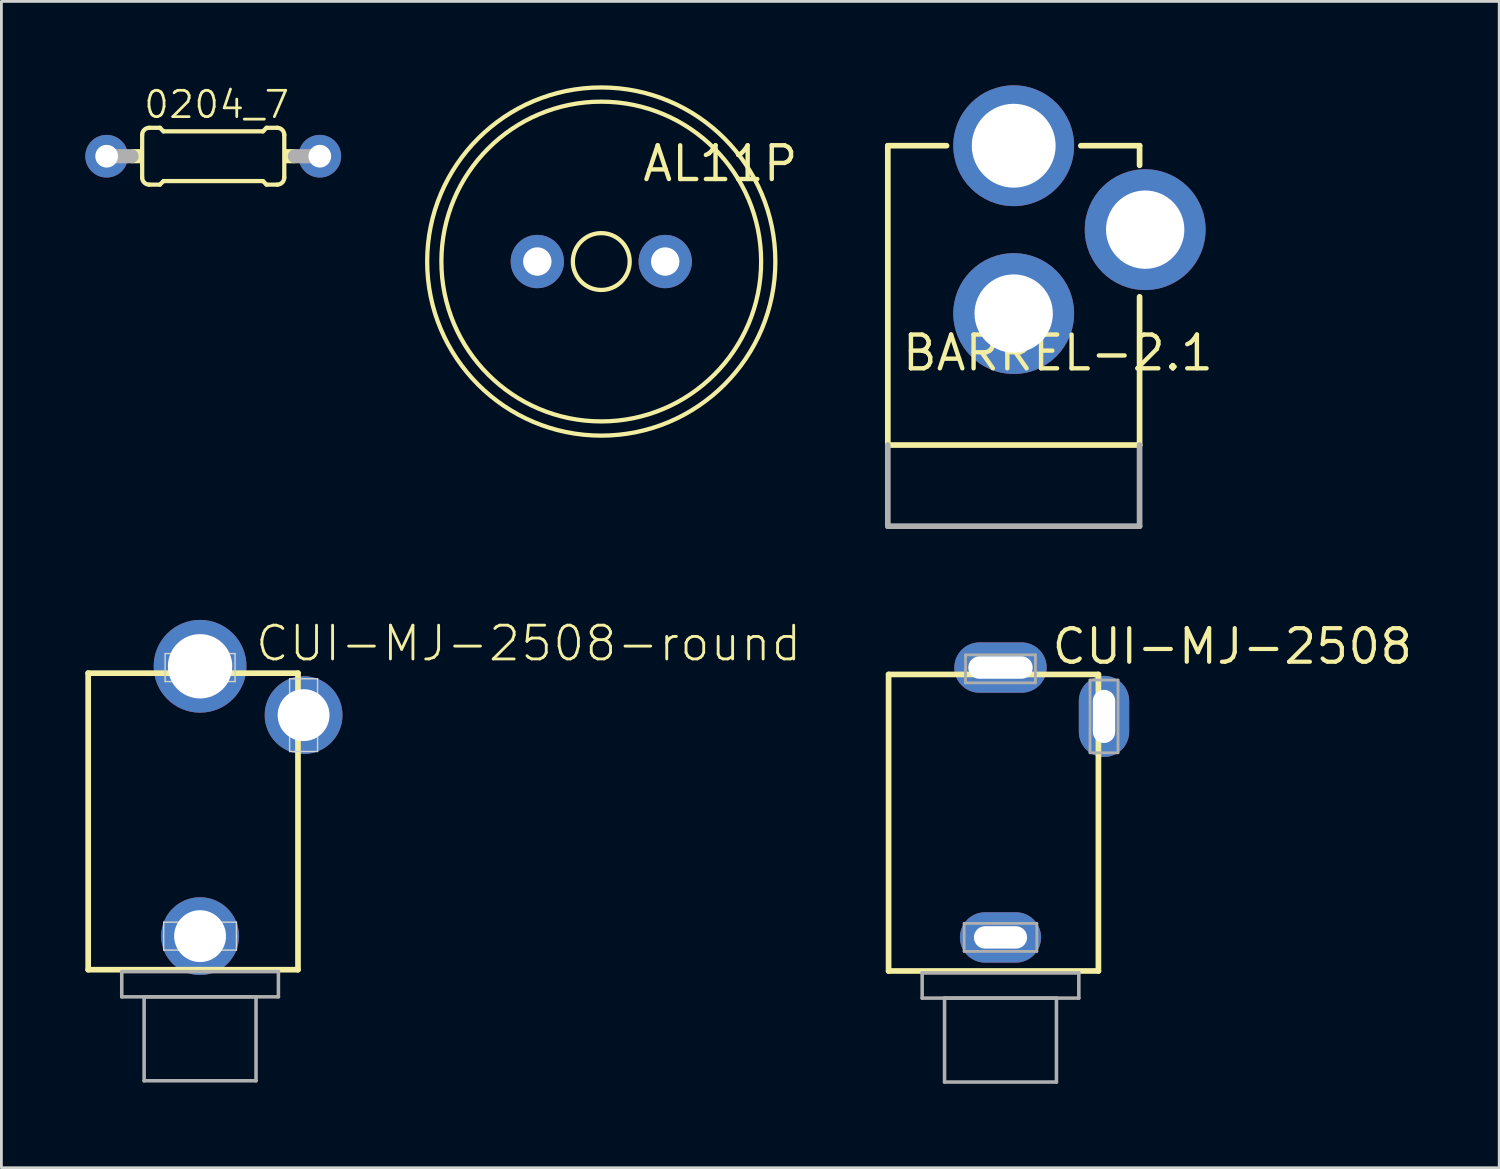
<source format=kicad_pcb>
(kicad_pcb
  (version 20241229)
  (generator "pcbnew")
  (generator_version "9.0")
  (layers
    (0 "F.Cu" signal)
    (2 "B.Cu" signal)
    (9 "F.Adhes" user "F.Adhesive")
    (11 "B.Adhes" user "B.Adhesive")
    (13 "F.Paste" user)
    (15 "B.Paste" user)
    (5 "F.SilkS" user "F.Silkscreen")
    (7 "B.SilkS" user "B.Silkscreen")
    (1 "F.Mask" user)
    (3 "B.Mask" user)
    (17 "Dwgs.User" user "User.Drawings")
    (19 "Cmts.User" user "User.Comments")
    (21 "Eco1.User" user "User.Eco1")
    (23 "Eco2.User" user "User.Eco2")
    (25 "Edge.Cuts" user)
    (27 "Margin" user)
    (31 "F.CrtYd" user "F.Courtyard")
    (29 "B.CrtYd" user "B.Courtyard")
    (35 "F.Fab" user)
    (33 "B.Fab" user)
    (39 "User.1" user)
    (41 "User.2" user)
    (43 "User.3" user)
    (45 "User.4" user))
  (footprint "BARREL-2.1"
    (layer "F.Cu")
    (at 33.186 15.859)
    (property "Reference" "BARREL-2.1" (at -4.064 -5.588 0) (layer "F.SilkS") (effects (font (size 1.206 1.206) (thickness 0.157)) (justify left bottom)))
    (attr through_hole)
    (fp_line (start -4.5 -13.7) (end -2.4 -13.7) (stroke (width 0.203) (type solid)) (layer "F.SilkS"))
    (fp_line (start -4.5 -3) (end -4.5 -13.7) (stroke (width 0.203) (type solid)) (layer "F.SilkS"))
    (fp_line (start -4.5 -3) (end 4.5 -3) (stroke (width 0.203) (type solid)) (layer "F.SilkS"))
    (fp_line (start 4.5 -13.7) (end 2.4 -13.7) (stroke (width 0.203) (type solid)) (layer "F.SilkS"))
    (fp_line (start 4.5 -13.7) (end 4.5 -13) (stroke (width 0.203) (type solid)) (layer "F.SilkS"))
    (fp_line (start 4.5 -3) (end 4.5 -8.3) (stroke (width 0.203) (type solid)) (layer "F.SilkS"))
    (fp_line (start -4.5 -3) (end -4.5 -0.1) (stroke (width 0.203) (type solid)) (layer "F.Fab"))
    (fp_line (start 4.5 -0.1) (end -4.5 -0.1) (stroke (width 0.203) (type solid)) (layer "F.Fab"))
    (fp_line (start 4.5 -0.1) (end 4.5 -3) (stroke (width 0.203) (type solid)) (layer "F.Fab"))
    (pad "GND" thru_hole circle (at 0 -7.7) (size 4.318 4.318) (drill 2.8) (layers "*.Cu" "*.Mask"))
    (pad "GNDBREAK" thru_hole circle (at 4.7 -10.7 90) (size 4.318 4.318) (drill 2.8) (layers "*.Cu" "*.Mask"))
    (pad "PWR" thru_hole circle (at 0 -13.7) (size 4.318 4.318) (drill 2.997) (layers "*.Cu" "*.Mask")))
  (footprint "0204_7"
    (layer "F.Cu")
    (at 4.572 2.534)
    (property "Reference" "0204_7" (at -2.54 -1.295 0) (layer "F.SilkS") (effects (font (size 0.941 0.941) (thickness 0.099)) (justify left bottom)))
    (attr through_hole)
    (fp_line (start -2.54 0.762) (end -2.54 -0.762) (stroke (width 0.152) (type solid)) (layer "F.SilkS"))
    (fp_line (start -2.286 -1.016) (end -1.905 -1.016) (stroke (width 0.152) (type solid)) (layer "F.SilkS"))
    (fp_line (start -2.286 1.016) (end -1.905 1.016) (stroke (width 0.152) (type solid)) (layer "F.SilkS"))
    (fp_line (start -1.778 -0.889) (end -1.905 -1.016) (stroke (width 0.152) (type solid)) (layer "F.SilkS"))
    (fp_line (start -1.778 0.889) (end -1.905 1.016) (stroke (width 0.152) (type solid)) (layer "F.SilkS"))
    (fp_line (start 1.778 -0.889) (end -1.778 -0.889) (stroke (width 0.152) (type solid)) (layer "F.SilkS"))
    (fp_line (start 1.778 -0.889) (end 1.905 -1.016) (stroke (width 0.152) (type solid)) (layer "F.SilkS"))
    (fp_line (start 1.778 0.889) (end -1.778 0.889) (stroke (width 0.152) (type solid)) (layer "F.SilkS"))
    (fp_line (start 1.778 0.889) (end 1.905 1.016) (stroke (width 0.152) (type solid)) (layer "F.SilkS"))
    (fp_line (start 2.286 -1.016) (end 1.905 -1.016) (stroke (width 0.152) (type solid)) (layer "F.SilkS"))
    (fp_line (start 2.286 1.016) (end 1.905 1.016) (stroke (width 0.152) (type solid)) (layer "F.SilkS"))
    (fp_line (start 2.54 0.762) (end 2.54 -0.762) (stroke (width 0.152) (type solid)) (layer "F.SilkS"))
    (fp_arc (start -2.54 -0.762) (mid -2.465605 -0.941605) (end -2.286 -1.016) (stroke (width 0.1524) (type solid)) (layer "F.SilkS"))
    (fp_arc (start -2.286 1.016) (mid -2.465605 0.941605) (end -2.54 0.762) (stroke (width 0.1524) (type solid)) (layer "F.SilkS"))
    (fp_arc (start 2.286 -1.016) (mid 2.465605 -0.941605) (end 2.54 -0.762) (stroke (width 0.1524) (type solid)) (layer "F.SilkS"))
    (fp_arc (start 2.54 0.762) (mid 2.465605 0.941605) (end 2.286 1.016) (stroke (width 0.1524) (type solid)) (layer "F.SilkS"))
    (fp_poly (pts (xy -2.921 0.254) (xy -2.54 0.254) (xy -2.54 -0.254) (xy -2.921 -0.254)) (stroke (width 0) (type solid)) (fill yes) (layer "F.SilkS"))
    (fp_poly (pts (xy 2.54 0.254) (xy 2.921 0.254) (xy 2.921 -0.254) (xy 2.54 -0.254)) (stroke (width 0) (type solid)) (fill yes) (layer "F.SilkS"))
    (fp_line (start -3.81 0) (end -2.921 0) (stroke (width 0.508) (type solid)) (layer "F.Fab"))
    (fp_line (start 3.81 0) (end 2.921 0) (stroke (width 0.508) (type solid)) (layer "F.Fab"))
    (pad "1" thru_hole circle (at -3.81 0) (size 1.524 1.524) (drill 0.813) (layers "*.Cu" "*.Mask"))
    (pad "2" thru_hole circle (at 3.81 0) (size 1.524 1.524) (drill 0.813) (layers "*.Cu" "*.Mask")))
  (footprint "CUI-MJ-2508"
    (layer "F.Cu")
    (at 32.714 26.029)
    (property "Reference" "CUI-MJ-2508" (at 1.76 -5.27 0) (layer "F.SilkS") (effects (font (size 1.2 1.2) (thickness 0.15)) (justify left bottom)))
    (attr through_hole)
    (fp_line (start -4 -4.97) (end -4 5.63) (stroke (width 0.203) (type solid)) (layer "F.SilkS"))
    (fp_line (start -4 5.63) (end 3.5 5.63) (stroke (width 0.203) (type solid)) (layer "F.SilkS"))
    (fp_line (start 3.5 -4.97) (end -4 -4.97) (stroke (width 0.203) (type solid)) (layer "F.SilkS"))
    (fp_line (start 3.5 5.63) (end 3.5 -4.97) (stroke (width 0.203) (type solid)) (layer "F.SilkS"))
    (fp_line (start -2.8 5.7) (end -2.8 6.6) (stroke (width 0.127) (type solid)) (layer "F.Fab"))
    (fp_line (start -2.8 6.6) (end 2.8 6.6) (stroke (width 0.127) (type solid)) (layer "F.Fab"))
    (fp_line (start -2 6.6) (end 2 6.6) (stroke (width 0.127) (type solid)) (layer "F.Fab"))
    (fp_line (start -2 9.6) (end -2 6.6) (stroke (width 0.127) (type solid)) (layer "F.Fab"))
    (fp_line (start -1.3 3.93) (end 1.3 3.93) (stroke (width 0.1) (type solid)) (layer "F.Fab"))
    (fp_line (start -1.3 4.93) (end -1.3 3.93) (stroke (width 0.1) (type solid)) (layer "F.Fab"))
    (fp_line (start -1.25 -5.67) (end 1.25 -5.67) (stroke (width 0.1) (type solid)) (layer "F.Fab"))
    (fp_line (start -1.25 -4.67) (end -1.25 -5.67) (stroke (width 0.1) (type solid)) (layer "F.Fab"))
    (fp_line (start 1.25 -5.67) (end 1.25 -4.67) (stroke (width 0.1) (type solid)) (layer "F.Fab"))
    (fp_line (start 1.25 -4.67) (end -1.25 -4.67) (stroke (width 0.1) (type solid)) (layer "F.Fab"))
    (fp_line (start 1.3 3.93) (end 1.3 4.93) (stroke (width 0.1) (type solid)) (layer "F.Fab"))
    (fp_line (start 1.3 4.93) (end -1.3 4.93) (stroke (width 0.1) (type solid)) (layer "F.Fab"))
    (fp_line (start 2 6.6) (end 2 9.6) (stroke (width 0.127) (type solid)) (layer "F.Fab"))
    (fp_line (start 2 9.6) (end -2 9.6) (stroke (width 0.127) (type solid)) (layer "F.Fab"))
    (fp_line (start 2.8 5.7) (end -2.8 5.7) (stroke (width 0.127) (type solid)) (layer "F.Fab"))
    (fp_line (start 2.8 6.6) (end 2.8 5.7) (stroke (width 0.127) (type solid)) (layer "F.Fab"))
    (fp_line (start 3.2 -4.77) (end 4.2 -4.77) (stroke (width 0.1) (type solid)) (layer "F.Fab"))
    (fp_line (start 3.2 -2.17) (end 3.2 -4.77) (stroke (width 0.1) (type solid)) (layer "F.Fab"))
    (fp_line (start 4.2 -4.77) (end 4.2 -2.17) (stroke (width 0.1) (type solid)) (layer "F.Fab"))
    (fp_line (start 4.2 -2.17) (end 3.2 -2.17) (stroke (width 0.1) (type solid)) (layer "F.Fab"))
    (pad "1" thru_hole oval (at 0 4.43) (size 2.9 1.8) (drill oval 1.9 0.8) (layers "*.Cu" "*.Mask"))
    (pad "2" thru_hole oval (at 0 -5.216 180) (size 3.3 1.8) (drill oval 2.3 0.8) (layers "*.Cu" "*.Mask"))
    (pad "3" thru_hole oval (at 3.7 -3.47 90) (size 2.9 1.8) (drill oval 1.9 0.8) (layers "*.Cu" "*.Mask")))
  (footprint "CUI-MJ-2508-round"
    (layer "F.Cu")
    (at 4.102 25.983)
    (property "Reference" "CUI-MJ-2508-round" (at 1.913 -5.326 0) (layer "F.SilkS") (effects (font (size 1.206 1.206) (thickness 0.102)) (justify left bottom)))
    (attr through_hole)
    (fp_line (start -4 -4.97) (end -4 5.63) (stroke (width 0.203) (type solid)) (layer "F.SilkS"))
    (fp_line (start -4 5.63) (end 3.5 5.63) (stroke (width 0.203) (type solid)) (layer "F.SilkS"))
    (fp_line (start 3.5 -4.97) (end -4 -4.97) (stroke (width 0.203) (type solid)) (layer "F.SilkS"))
    (fp_line (start 3.5 5.63) (end 3.5 -4.97) (stroke (width 0.203) (type solid)) (layer "F.SilkS"))
    (fp_line (start -1.3 3.93) (end 1.3 3.93) (stroke (width 0.05) (type solid)) (layer "Edge.Cuts"))
    (fp_line (start -1.3 4.93) (end -1.3 3.93) (stroke (width 0.05) (type solid)) (layer "Edge.Cuts"))
    (fp_line (start -1.25 -5.67) (end 1.25 -5.67) (stroke (width 0.05) (type solid)) (layer "Edge.Cuts"))
    (fp_line (start -1.25 -4.67) (end -1.25 -5.67) (stroke (width 0.05) (type solid)) (layer "Edge.Cuts"))
    (fp_line (start 1.25 -5.67) (end 1.25 -4.67) (stroke (width 0.05) (type solid)) (layer "Edge.Cuts"))
    (fp_line (start 1.25 -4.67) (end -1.25 -4.67) (stroke (width 0.05) (type solid)) (layer "Edge.Cuts"))
    (fp_line (start 1.3 3.93) (end 1.3 4.93) (stroke (width 0.05) (type solid)) (layer "Edge.Cuts"))
    (fp_line (start 1.3 4.93) (end -1.3 4.93) (stroke (width 0.05) (type solid)) (layer "Edge.Cuts"))
    (fp_line (start 3.2 -4.77) (end 3.2 -2.17) (stroke (width 0.05) (type solid)) (layer "Edge.Cuts"))
    (fp_line (start 3.2 -2.17) (end 4.2 -2.17) (stroke (width 0.05) (type solid)) (layer "Edge.Cuts"))
    (fp_line (start 4.2 -4.77) (end 3.2 -4.77) (stroke (width 0.05) (type solid)) (layer "Edge.Cuts"))
    (fp_line (start 4.2 -2.17) (end 4.2 -4.77) (stroke (width 0.05) (type solid)) (layer "Edge.Cuts"))
    (fp_line (start -2.8 5.7) (end -2.8 6.6) (stroke (width 0.127) (type solid)) (layer "F.Fab"))
    (fp_line (start -2.8 6.6) (end 2.8 6.6) (stroke (width 0.127) (type solid)) (layer "F.Fab"))
    (fp_line (start -2 6.6) (end 2 6.6) (stroke (width 0.127) (type solid)) (layer "F.Fab"))
    (fp_line (start -2 9.6) (end -2 6.6) (stroke (width 0.127) (type solid)) (layer "F.Fab"))
    (fp_line (start 2 6.6) (end 2 9.6) (stroke (width 0.127) (type solid)) (layer "F.Fab"))
    (fp_line (start 2 9.6) (end -2 9.6) (stroke (width 0.127) (type solid)) (layer "F.Fab"))
    (fp_line (start 2.8 5.7) (end -2.8 5.7) (stroke (width 0.127) (type solid)) (layer "F.Fab"))
    (fp_line (start 2.8 6.6) (end 2.8 5.7) (stroke (width 0.127) (type solid)) (layer "F.Fab"))
    (pad "1" thru_hole circle (at 0 4.43 180) (size 2.781 2.781) (drill 1.854) (layers "*.Cu" "*.Mask"))
    (pad "2" thru_hole circle (at 0 -5.216 180) (size 3.316 3.316) (drill 2.3) (layers "*.Cu" "*.Mask"))
    (pad "3" thru_hole circle (at 3.7 -3.47 90) (size 2.781 2.781) (drill 1.854) (layers "*.Cu" "*.Mask")))
  (footprint "AL11P"
    (layer "F.Cu")
    (at 18.443 6.299)
    (property "Reference" "AL11P" (at 1.397 -2.794 0) (layer "F.SilkS") (effects (font (size 1.206 1.206) (thickness 0.157)) (justify left bottom)))
    (attr through_hole)
    (fp_circle (center 0 0) (end 1.016 0) (stroke (width 0.152) (type solid)) (fill no) (layer "F.SilkS"))
    (fp_circle (center 0 0) (end 5.715 0) (stroke (width 0.152) (type solid)) (fill no) (layer "F.SilkS"))
    (fp_circle (center 0 0) (end 6.223 0) (stroke (width 0.152) (type solid)) (fill no) (layer "F.SilkS"))
    (pad "+" thru_hole circle (at 2.286 0) (size 1.905 1.905) (drill 1.016) (layers "*.Cu" "*.Mask"))
    (pad "-" thru_hole circle (at -2.286 0) (size 1.905 1.905) (drill 1.016) (layers "*.Cu" "*.Mask")))
  (gr_rect
    (start -3 -3)
    (end 50.541 38.693)
    (stroke (width 0.1) (type default))
    (fill no)
    (layer "Edge.Cuts")))
</source>
